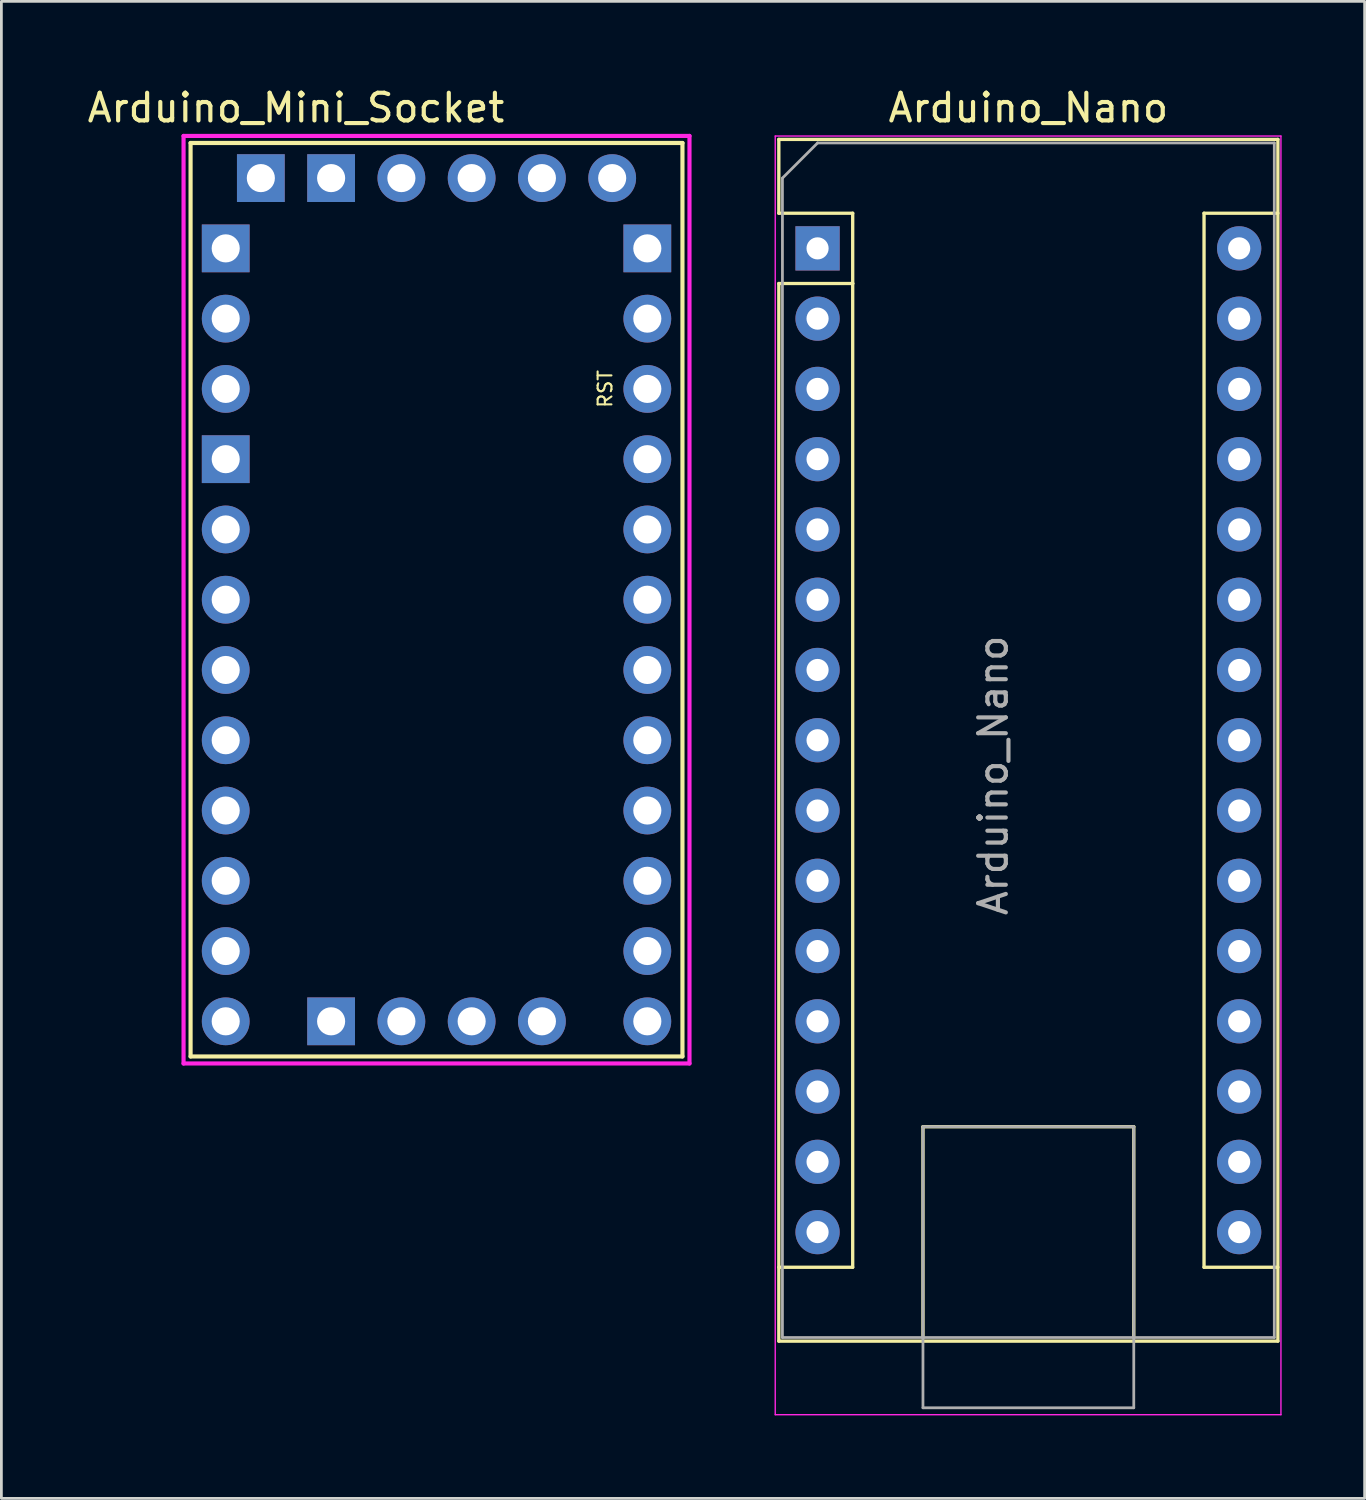
<source format=kicad_pcb>
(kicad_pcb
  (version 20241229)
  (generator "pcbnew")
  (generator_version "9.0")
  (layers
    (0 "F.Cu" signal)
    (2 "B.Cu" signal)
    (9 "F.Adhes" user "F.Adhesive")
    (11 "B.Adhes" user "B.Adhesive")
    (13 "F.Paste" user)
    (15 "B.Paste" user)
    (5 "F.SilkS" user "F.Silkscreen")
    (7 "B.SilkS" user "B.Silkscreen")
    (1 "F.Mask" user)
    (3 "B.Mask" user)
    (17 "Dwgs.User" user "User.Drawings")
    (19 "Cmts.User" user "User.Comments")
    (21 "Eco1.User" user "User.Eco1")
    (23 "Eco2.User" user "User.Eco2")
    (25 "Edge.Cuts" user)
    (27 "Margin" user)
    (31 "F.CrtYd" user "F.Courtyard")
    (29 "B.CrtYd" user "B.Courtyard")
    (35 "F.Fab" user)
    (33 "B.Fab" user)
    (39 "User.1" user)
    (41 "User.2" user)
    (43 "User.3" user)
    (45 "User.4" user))
  (footprint "Arduino_Mini_Socket"
    (layer "F.Cu")
    (at 3.839 35.138)
    (property "Reference" "Arduino_Mini_Socket" (at 3.81 -34.29 0) (layer "F.SilkS") (effects (font (size 1 1) (thickness 0.15))))
    (attr through_hole)
    (fp_line (start 0 -33.02) (end 17.78 -33.02) (stroke (width 0.15) (type solid)) (layer "F.SilkS"))
    (fp_line (start 0 0) (end 0 -33.02) (stroke (width 0.15) (type solid)) (layer "F.SilkS"))
    (fp_line (start 17.78 -33.02) (end 17.78 0) (stroke (width 0.15) (type solid)) (layer "F.SilkS"))
    (fp_line (start 17.78 0) (end 0 0) (stroke (width 0.15) (type solid)) (layer "F.SilkS"))
    (fp_line (start -0.254 -33.274) (end 18.034 -33.274) (stroke (width 0.15) (type solid)) (layer "F.CrtYd"))
    (fp_line (start -0.254 0.254) (end -0.254 -33.274) (stroke (width 0.15) (type solid)) (layer "F.CrtYd"))
    (fp_line (start 18.034 -33.274) (end 18.034 0.254) (stroke (width 0.15) (type solid)) (layer "F.CrtYd"))
    (fp_line (start 18.034 0.254) (end -0.254 0.254) (stroke (width 0.15) (type solid)) (layer "F.CrtYd"))
    (fp_text user "RST" (at 14.986 -24.13 90) (layer "F.SilkS") (effects (font (size 0.5 0.5) (thickness 0.075))))
    (pad "5V1" thru_hole circle (at 16.51 -21.59) (size 1.727 1.727) (drill 1.016) (layers "*.Cu" "*.Mask"))
    (pad "5V2" thru_hole circle (at 7.62 -31.75) (size 1.727 1.727) (drill 1.016) (layers "*.Cu" "*.Mask"))
    (pad "A0" thru_hole circle (at 16.51 -11.43) (size 1.727 1.727) (drill 1.016) (layers "*.Cu" "*.Mask"))
    (pad "A1" thru_hole circle (at 16.51 -13.97) (size 1.727 1.727) (drill 1.016) (layers "*.Cu" "*.Mask"))
    (pad "A2" thru_hole circle (at 16.51 -16.51) (size 1.727 1.727) (drill 1.016) (layers "*.Cu" "*.Mask"))
    (pad "A3" thru_hole circle (at 16.51 -19.05) (size 1.727 1.727) (drill 1.016) (layers "*.Cu" "*.Mask"))
    (pad "A4" thru_hole rect (at 5.08 -1.27) (size 1.727 1.727) (drill 1.016) (layers "*.Cu" "*.Mask"))
    (pad "A5" thru_hole circle (at 7.62 -1.27) (size 1.727 1.727) (drill 1.016) (layers "*.Cu" "*.Mask"))
    (pad "A6" thru_hole circle (at 10.16 -1.27) (size 1.727 1.727) (drill 1.016) (layers "*.Cu" "*.Mask"))
    (pad "A7" thru_hole circle (at 12.7 -1.27) (size 1.727 1.727) (drill 1.016) (layers "*.Cu" "*.Mask"))
    (pad "D0" thru_hole rect (at 1.27 -29.21) (size 1.727 1.727) (drill 1.016) (layers "*.Cu" "*.Mask"))
    (pad "D1" thru_hole circle (at 1.27 -26.67) (size 1.727 1.727) (drill 1.016) (layers "*.Cu" "*.Mask"))
    (pad "D2" thru_hole circle (at 1.27 -19.05) (size 1.727 1.727) (drill 1.016) (layers "*.Cu" "*.Mask"))
    (pad "D3" thru_hole circle (at 1.27 -16.51) (size 1.727 1.727) (drill 1.016) (layers "*.Cu" "*.Mask"))
    (pad "D4" thru_hole circle (at 1.27 -13.97) (size 1.727 1.727) (drill 1.016) (layers "*.Cu" "*.Mask"))
    (pad "D5" thru_hole circle (at 1.27 -11.43) (size 1.727 1.727) (drill 1.016) (layers "*.Cu" "*.Mask"))
    (pad "D6" thru_hole circle (at 1.27 -8.89) (size 1.727 1.727) (drill 1.016) (layers "*.Cu" "*.Mask"))
    (pad "D7" thru_hole circle (at 1.27 -6.35) (size 1.727 1.727) (drill 1.016) (layers "*.Cu" "*.Mask"))
    (pad "D8" thru_hole circle (at 1.27 -3.81) (size 1.727 1.727) (drill 1.016) (layers "*.Cu" "*.Mask"))
    (pad "D9" thru_hole circle (at 1.27 -1.27) (size 1.727 1.727) (drill 1.016) (layers "*.Cu" "*.Mask"))
    (pad "D10" thru_hole circle (at 16.51 -1.27) (size 1.727 1.727) (drill 1.016) (layers "*.Cu" "*.Mask"))
    (pad "D11" thru_hole circle (at 16.51 -3.81) (size 1.727 1.727) (drill 1.016) (layers "*.Cu" "*.Mask"))
    (pad "D12" thru_hole circle (at 16.51 -6.35) (size 1.727 1.727) (drill 1.016) (layers "*.Cu" "*.Mask"))
    (pad "D13" thru_hole circle (at 16.51 -8.89) (size 1.727 1.727) (drill 1.016) (layers "*.Cu" "*.Mask"))
    (pad "DTR" thru_hole circle (at 15.24 -31.75) (size 1.727 1.727) (drill 1.016) (layers "*.Cu" "*.Mask"))
    (pad "GND" thru_hole rect (at 1.27 -21.59) (size 1.727 1.727) (drill 1.016) (layers "*.Cu" "*.Mask"))
    (pad "GND" thru_hole rect (at 2.54 -31.75) (size 1.727 1.727) (drill 1.016) (layers "*.Cu" "*.Mask"))
    (pad "GND" thru_hole circle (at 16.51 -26.67) (size 1.727 1.727) (drill 1.016) (layers "*.Cu" "*.Mask"))
    (pad "GND1" thru_hole rect (at 5.08 -31.75) (size 1.727 1.727) (drill 1.016) (layers "*.Cu" "*.Mask"))
    (pad "RST" thru_hole circle (at 1.27 -24.13) (size 1.727 1.727) (drill 1.016) (layers "*.Cu" "*.Mask"))
    (pad "RST2" thru_hole circle (at 16.51 -24.13) (size 1.727 1.727) (drill 1.016) (layers "*.Cu" "*.Mask"))
    (pad "RX1" thru_hole circle (at 10.16 -31.75) (size 1.727 1.727) (drill 1.016) (layers "*.Cu" "*.Mask"))
    (pad "TX0" thru_hole circle (at 12.7 -31.75) (size 1.727 1.727) (drill 1.016) (layers "*.Cu" "*.Mask"))
    (pad "VIN" thru_hole rect (at 16.51 -29.21) (size 1.727 1.727) (drill 1.016) (layers "*.Cu" "*.Mask")))
  (footprint "Arduino_Nano"
    (layer "F.Cu")
    (at 26.503 5.928)
    (property "Reference" "Arduino_Nano" (at 7.62 -5.08 0) (layer "F.SilkS") (effects (font (size 1 1) (thickness 0.15))))
    (attr through_hole)
    (fp_line (start -1.4 -3.94) (end -1.4 -1.27) (stroke (width 0.12) (type solid)) (layer "F.SilkS"))
    (fp_line (start -1.4 1.27) (end -1.4 39.5) (stroke (width 0.12) (type solid)) (layer "F.SilkS"))
    (fp_line (start -1.4 39.5) (end 16.64 39.5) (stroke (width 0.12) (type solid)) (layer "F.SilkS"))
    (fp_line (start 1.27 -1.27) (end -1.4 -1.27) (stroke (width 0.12) (type solid)) (layer "F.SilkS"))
    (fp_line (start 1.27 1.27) (end -1.4 1.27) (stroke (width 0.12) (type solid)) (layer "F.SilkS"))
    (fp_line (start 1.27 1.27) (end 1.27 -1.27) (stroke (width 0.12) (type solid)) (layer "F.SilkS"))
    (fp_line (start 1.27 1.27) (end 1.27 36.83) (stroke (width 0.12) (type solid)) (layer "F.SilkS"))
    (fp_line (start 1.27 36.83) (end -1.4 36.83) (stroke (width 0.12) (type solid)) (layer "F.SilkS"))
    (fp_line (start 3.81 31.75) (end 11.43 31.75) (stroke (width 0.12) (type solid)) (layer "F.SilkS"))
    (fp_line (start 3.81 39.37) (end 3.81 31.75) (stroke (width 0.12) (type solid)) (layer "F.SilkS"))
    (fp_line (start 11.43 31.75) (end 11.43 39.37) (stroke (width 0.12) (type solid)) (layer "F.SilkS"))
    (fp_line (start 13.97 -1.27) (end 13.97 36.83) (stroke (width 0.12) (type solid)) (layer "F.SilkS"))
    (fp_line (start 13.97 -1.27) (end 16.64 -1.27) (stroke (width 0.12) (type solid)) (layer "F.SilkS"))
    (fp_line (start 13.97 36.83) (end 16.64 36.83) (stroke (width 0.12) (type solid)) (layer "F.SilkS"))
    (fp_line (start 16.64 -3.94) (end -1.4 -3.94) (stroke (width 0.12) (type solid)) (layer "F.SilkS"))
    (fp_line (start 16.64 39.5) (end 16.64 -3.94) (stroke (width 0.12) (type solid)) (layer "F.SilkS"))
    (fp_line (start -1.53 -4.06) (end -1.53 42.16) (stroke (width 0.05) (type solid)) (layer "F.CrtYd"))
    (fp_line (start -1.53 -4.06) (end 16.75 -4.06) (stroke (width 0.05) (type solid)) (layer "F.CrtYd"))
    (fp_line (start 16.75 42.16) (end -1.53 42.16) (stroke (width 0.05) (type solid)) (layer "F.CrtYd"))
    (fp_line (start 16.75 42.16) (end 16.75 -4.06) (stroke (width 0.05) (type solid)) (layer "F.CrtYd"))
    (fp_line (start -1.27 -2.54) (end 0 -3.81) (stroke (width 0.1) (type solid)) (layer "F.Fab"))
    (fp_line (start -1.27 39.37) (end -1.27 -2.54) (stroke (width 0.1) (type solid)) (layer "F.Fab"))
    (fp_line (start 0 -3.81) (end 16.51 -3.81) (stroke (width 0.1) (type solid)) (layer "F.Fab"))
    (fp_line (start 3.81 31.75) (end 11.43 31.75) (stroke (width 0.1) (type solid)) (layer "F.Fab"))
    (fp_line (start 3.81 41.91) (end 3.81 31.75) (stroke (width 0.1) (type solid)) (layer "F.Fab"))
    (fp_line (start 11.43 31.75) (end 11.43 41.91) (stroke (width 0.1) (type solid)) (layer "F.Fab"))
    (fp_line (start 11.43 41.91) (end 3.81 41.91) (stroke (width 0.1) (type solid)) (layer "F.Fab"))
    (fp_line (start 16.51 -3.81) (end 16.51 39.37) (stroke (width 0.1) (type solid)) (layer "F.Fab"))
    (fp_line (start 16.51 39.37) (end -1.27 39.37) (stroke (width 0.1) (type solid)) (layer "F.Fab"))
    (fp_text user "${REFERENCE}" (at 6.35 19.05 90) (layer "F.Fab") (effects (font (size 1 1) (thickness 0.15))))
    (pad "1" thru_hole rect (at 0 0) (size 1.6 1.6) (drill 0.8) (layers "*.Cu" "*.Mask"))
    (pad "2" thru_hole oval (at 0 2.54) (size 1.6 1.6) (drill 0.8) (layers "*.Cu" "*.Mask"))
    (pad "3" thru_hole oval (at 0 5.08) (size 1.6 1.6) (drill 0.8) (layers "*.Cu" "*.Mask"))
    (pad "4" thru_hole oval (at 0 7.62) (size 1.6 1.6) (drill 0.8) (layers "*.Cu" "*.Mask"))
    (pad "5" thru_hole oval (at 0 10.16) (size 1.6 1.6) (drill 0.8) (layers "*.Cu" "*.Mask"))
    (pad "6" thru_hole oval (at 0 12.7) (size 1.6 1.6) (drill 0.8) (layers "*.Cu" "*.Mask"))
    (pad "7" thru_hole oval (at 0 15.24) (size 1.6 1.6) (drill 0.8) (layers "*.Cu" "*.Mask"))
    (pad "8" thru_hole oval (at 0 17.78) (size 1.6 1.6) (drill 0.8) (layers "*.Cu" "*.Mask"))
    (pad "9" thru_hole oval (at 0 20.32) (size 1.6 1.6) (drill 0.8) (layers "*.Cu" "*.Mask"))
    (pad "10" thru_hole oval (at 0 22.86) (size 1.6 1.6) (drill 0.8) (layers "*.Cu" "*.Mask"))
    (pad "11" thru_hole oval (at 0 25.4) (size 1.6 1.6) (drill 0.8) (layers "*.Cu" "*.Mask"))
    (pad "12" thru_hole oval (at 0 27.94) (size 1.6 1.6) (drill 0.8) (layers "*.Cu" "*.Mask"))
    (pad "13" thru_hole oval (at 0 30.48) (size 1.6 1.6) (drill 0.8) (layers "*.Cu" "*.Mask"))
    (pad "14" thru_hole oval (at 0 33.02) (size 1.6 1.6) (drill 0.8) (layers "*.Cu" "*.Mask"))
    (pad "15" thru_hole oval (at 0 35.56) (size 1.6 1.6) (drill 0.8) (layers "*.Cu" "*.Mask"))
    (pad "16" thru_hole oval (at 15.24 35.56) (size 1.6 1.6) (drill 0.8) (layers "*.Cu" "*.Mask"))
    (pad "17" thru_hole oval (at 15.24 33.02) (size 1.6 1.6) (drill 0.8) (layers "*.Cu" "*.Mask"))
    (pad "18" thru_hole oval (at 15.24 30.48) (size 1.6 1.6) (drill 0.8) (layers "*.Cu" "*.Mask"))
    (pad "19" thru_hole oval (at 15.24 27.94) (size 1.6 1.6) (drill 0.8) (layers "*.Cu" "*.Mask"))
    (pad "20" thru_hole oval (at 15.24 25.4) (size 1.6 1.6) (drill 0.8) (layers "*.Cu" "*.Mask"))
    (pad "21" thru_hole oval (at 15.24 22.86) (size 1.6 1.6) (drill 0.8) (layers "*.Cu" "*.Mask"))
    (pad "22" thru_hole oval (at 15.24 20.32) (size 1.6 1.6) (drill 0.8) (layers "*.Cu" "*.Mask"))
    (pad "23" thru_hole oval (at 15.24 17.78) (size 1.6 1.6) (drill 0.8) (layers "*.Cu" "*.Mask"))
    (pad "24" thru_hole oval (at 15.24 15.24) (size 1.6 1.6) (drill 0.8) (layers "*.Cu" "*.Mask"))
    (pad "25" thru_hole oval (at 15.24 12.7) (size 1.6 1.6) (drill 0.8) (layers "*.Cu" "*.Mask"))
    (pad "26" thru_hole oval (at 15.24 10.16) (size 1.6 1.6) (drill 0.8) (layers "*.Cu" "*.Mask"))
    (pad "27" thru_hole oval (at 15.24 7.62) (size 1.6 1.6) (drill 0.8) (layers "*.Cu" "*.Mask"))
    (pad "28" thru_hole oval (at 15.24 5.08) (size 1.6 1.6) (drill 0.8) (layers "*.Cu" "*.Mask"))
    (pad "29" thru_hole oval (at 15.24 2.54) (size 1.6 1.6) (drill 0.8) (layers "*.Cu" "*.Mask"))
    (pad "30" thru_hole oval (at 15.24 0) (size 1.6 1.6) (drill 0.8) (layers "*.Cu" "*.Mask")))
  (gr_rect
    (start -3 -3)
    (end 46.278 51.113)
    (stroke (width 0.1) (type default))
    (fill no)
    (layer "Edge.Cuts")))
</source>
